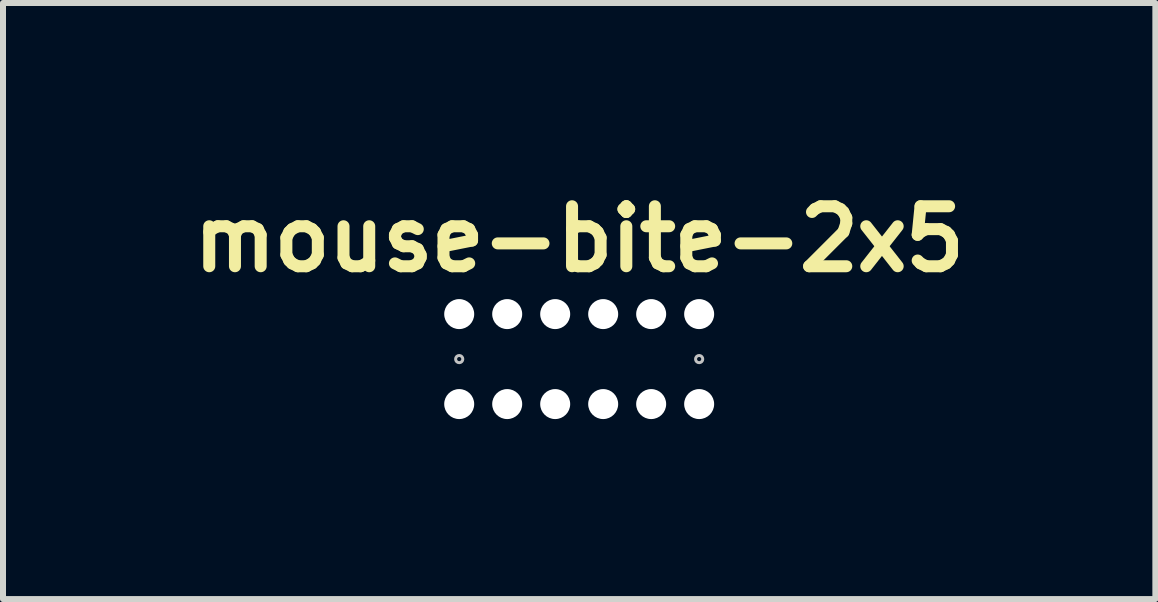
<source format=kicad_pcb>
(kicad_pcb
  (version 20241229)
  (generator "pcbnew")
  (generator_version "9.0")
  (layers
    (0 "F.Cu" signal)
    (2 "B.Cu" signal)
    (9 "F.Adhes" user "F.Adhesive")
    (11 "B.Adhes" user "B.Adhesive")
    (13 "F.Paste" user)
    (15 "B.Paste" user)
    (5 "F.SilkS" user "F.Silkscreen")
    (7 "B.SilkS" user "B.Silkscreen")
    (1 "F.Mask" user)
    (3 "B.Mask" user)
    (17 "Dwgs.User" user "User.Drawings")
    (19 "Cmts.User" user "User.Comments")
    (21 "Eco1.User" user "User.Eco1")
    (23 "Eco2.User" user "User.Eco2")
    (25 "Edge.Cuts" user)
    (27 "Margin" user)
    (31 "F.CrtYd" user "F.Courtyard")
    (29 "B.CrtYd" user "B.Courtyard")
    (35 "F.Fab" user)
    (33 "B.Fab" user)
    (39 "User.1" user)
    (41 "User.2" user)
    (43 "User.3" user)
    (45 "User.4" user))
  (footprint "mouse-bite-2x5"
    (layer "F.Cu")
    (at 6.605 2.936)
    (property "Reference" "mouse-bite-2x5" (at 0 -2 0) (layer "F.SilkS") (effects (font (size 1 1) (thickness 0.2))))
    (attr through_hole)
    (fp_circle (center -2 0) (end -2 -0.06) (stroke (width 0.05) (type solid)) (fill no) (layer "Dwgs.User"))
    (fp_circle (center 2 0) (end 2.06 0) (stroke (width 0.05) (type solid)) (fill no) (layer "Dwgs.User"))
    (fp_line (start -2.5 0) (end -2.5 0) (stroke (width 2) (type solid)) (layer "Eco1.User"))
    (fp_line (start 2.5 0) (end 2.5 0) (stroke (width 2) (type solid)) (layer "Eco1.User"))
    (pad "" np_thru_hole circle (at -2 -0.75) (size 0.5 0.5) (drill 0.5) (layers "*.Cu" "*.Mask"))
    (pad "" np_thru_hole circle (at -2 0.75) (size 0.5 0.5) (drill 0.5) (layers "*.Cu" "*.Mask"))
    (pad "" np_thru_hole circle (at -1.2 -0.75) (size 0.5 0.5) (drill 0.5) (layers "*.Cu" "*.Mask"))
    (pad "" np_thru_hole circle (at -1.2 0.75) (size 0.5 0.5) (drill 0.5) (layers "*.Cu" "*.Mask"))
    (pad "" np_thru_hole circle (at -0.4 -0.75) (size 0.5 0.5) (drill 0.5) (layers "*.Cu" "*.Mask"))
    (pad "" np_thru_hole circle (at -0.4 0.75) (size 0.5 0.5) (drill 0.5) (layers "*.Cu" "*.Mask"))
    (pad "" np_thru_hole circle (at 0.4 -0.75) (size 0.5 0.5) (drill 0.5) (layers "*.Cu" "*.Mask"))
    (pad "" np_thru_hole circle (at 0.4 0.75) (size 0.5 0.5) (drill 0.5) (layers "*.Cu" "*.Mask"))
    (pad "" np_thru_hole circle (at 1.2 -0.75) (size 0.5 0.5) (drill 0.5) (layers "*.Cu" "*.Mask"))
    (pad "" np_thru_hole circle (at 1.2 0.75) (size 0.5 0.5) (drill 0.5) (layers "*.Cu" "*.Mask"))
    (pad "" np_thru_hole circle (at 2 -0.75) (size 0.5 0.5) (drill 0.5) (layers "*.Cu" "*.Mask"))
    (pad "" np_thru_hole circle (at 2 0.75) (size 0.5 0.5) (drill 0.5) (layers "*.Cu" "*.Mask")))
  (gr_rect
    (start -3 -3)
    (end 16.21 6.936)
    (stroke (width 0.1) (type default))
    (fill no)
    (layer "Edge.Cuts")))
</source>
